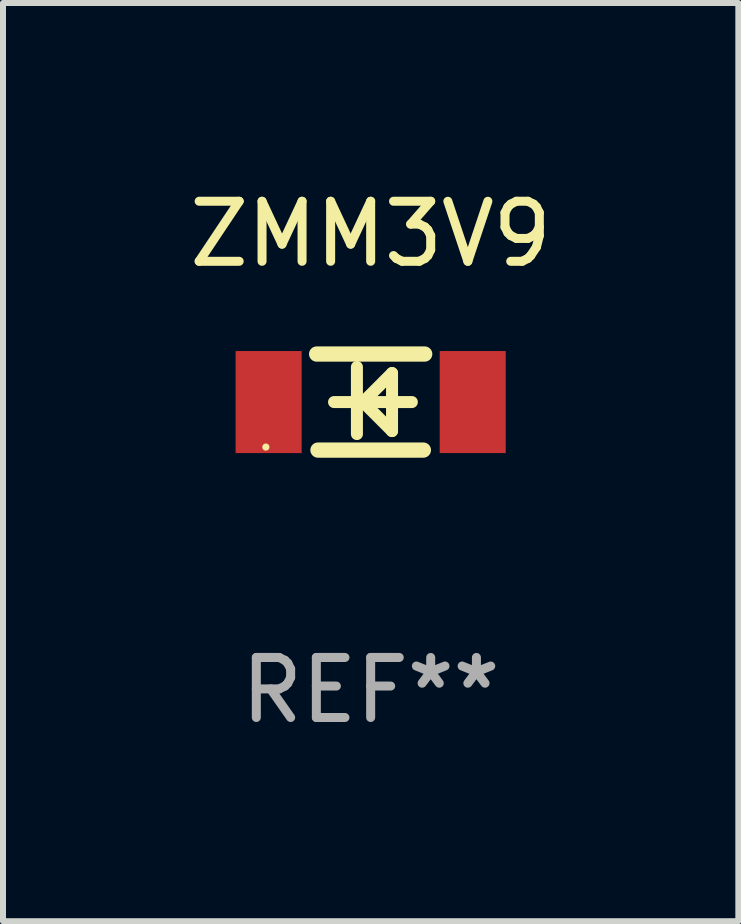
<source format=kicad_pcb>
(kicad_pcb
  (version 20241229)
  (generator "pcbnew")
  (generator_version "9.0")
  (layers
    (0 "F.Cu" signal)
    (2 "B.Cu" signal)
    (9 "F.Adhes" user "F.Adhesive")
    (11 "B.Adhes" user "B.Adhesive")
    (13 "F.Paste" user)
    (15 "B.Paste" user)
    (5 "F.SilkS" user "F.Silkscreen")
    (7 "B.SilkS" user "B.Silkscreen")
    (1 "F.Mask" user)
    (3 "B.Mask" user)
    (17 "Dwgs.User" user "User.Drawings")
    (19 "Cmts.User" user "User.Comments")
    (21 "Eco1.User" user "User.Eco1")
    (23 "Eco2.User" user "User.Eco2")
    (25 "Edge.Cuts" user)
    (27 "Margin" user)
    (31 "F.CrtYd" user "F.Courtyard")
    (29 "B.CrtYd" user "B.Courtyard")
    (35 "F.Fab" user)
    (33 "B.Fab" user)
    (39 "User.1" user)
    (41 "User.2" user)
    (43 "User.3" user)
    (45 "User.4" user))
  (footprint "ZMM3V9"
    (layer "F.Cu")
    (at 3.125 3.648)
    (property "Reference" "ZMM3V9" (at 0 -2.8 0) (layer "F.SilkS") (effects (font (size 1 1) (thickness 0.15))))
    (attr through_hole)
    (fp_line (start -0.9 -0.8) (end 0.9 -0.8) (stroke (width 0.254) (type solid)) (layer "F.SilkS"))
    (fp_line (start -0.878 0.8) (end 0.878 0.8) (stroke (width 0.254) (type solid)) (layer "F.SilkS"))
    (fp_line (start -0.61 0) (end 0.686 0) (stroke (width 0.2) (type solid)) (layer "F.SilkS"))
    (fp_line (start -0.229 -0.584) (end -0.229 0.533) (stroke (width 0.2) (type solid)) (layer "F.SilkS"))
    (fp_line (start -0.127 0) (end 0.356 -0.483) (stroke (width 0.2) (type solid)) (layer "F.SilkS"))
    (fp_line (start 0.356 -0.483) (end 0.356 0.483) (stroke (width 0.2) (type solid)) (layer "F.SilkS"))
    (fp_line (start 0.356 0.483) (end -0.102 0.025) (stroke (width 0.2) (type solid)) (layer "F.SilkS"))
    (fp_circle (center -1.746 0.75) (end -1.716 0.75) (stroke (width 0.06) (type solid)) (fill no) (layer "F.SilkS"))
    (fp_text user "REF**" (at 0 4.8 0) (layer "F.Fab") (effects (font (size 1 1) (thickness 0.15))))
    (pad "1" smd rect (at -1.7 0 180) (size 1.1 1.7) (layers "F.Cu" "F.Mask" "F.Paste"))
    (pad "2" smd rect (at 1.7 0 180) (size 1.1 1.7) (layers "F.Cu" "F.Mask" "F.Paste")))
  (gr_rect
    (start -3 -3)
    (end 9.25 12.296)
    (stroke (width 0.1) (type default))
    (fill no)
    (layer "Edge.Cuts")))
</source>
